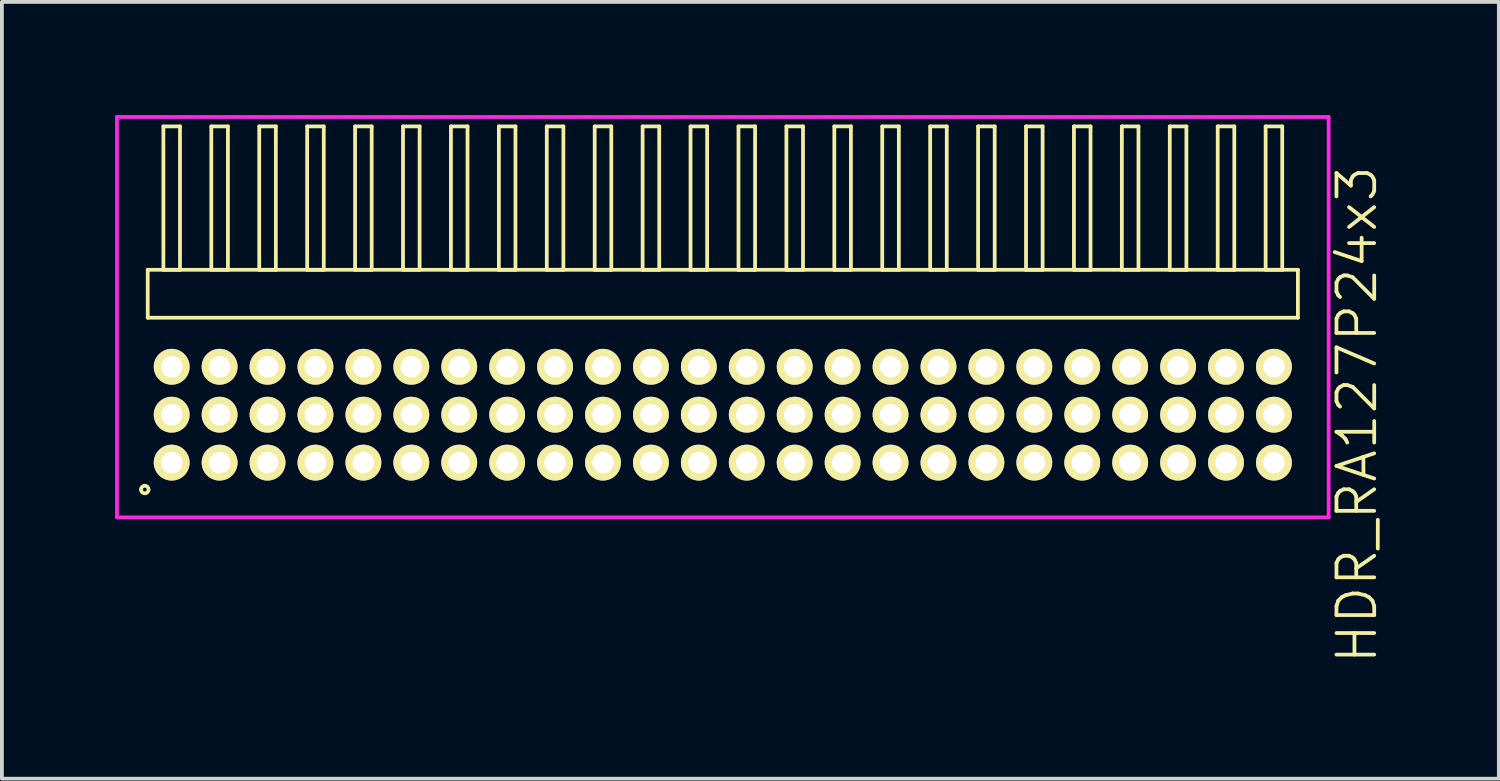
<source format=kicad_pcb>
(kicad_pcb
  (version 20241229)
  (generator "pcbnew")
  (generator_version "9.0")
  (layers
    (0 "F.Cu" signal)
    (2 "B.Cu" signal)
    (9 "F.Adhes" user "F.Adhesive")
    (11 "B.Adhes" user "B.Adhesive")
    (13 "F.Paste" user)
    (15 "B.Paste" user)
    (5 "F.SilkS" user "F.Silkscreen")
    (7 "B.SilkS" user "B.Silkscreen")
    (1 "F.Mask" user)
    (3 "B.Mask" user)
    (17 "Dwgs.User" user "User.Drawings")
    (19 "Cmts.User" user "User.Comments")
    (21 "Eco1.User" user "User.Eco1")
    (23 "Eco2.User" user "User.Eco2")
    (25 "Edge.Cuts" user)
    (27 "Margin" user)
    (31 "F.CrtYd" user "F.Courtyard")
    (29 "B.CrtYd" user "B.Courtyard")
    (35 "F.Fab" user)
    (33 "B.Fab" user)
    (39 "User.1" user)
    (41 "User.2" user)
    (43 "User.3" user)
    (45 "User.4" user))
  (footprint "HDR_RA127P24x3"
    (layer "F.Cu")
    (at 16.105 7.94)
    (property "Reference" "HDR_RA127P24x3" (at 16.805 0 90) (layer "F.SilkS") (effects (font (size 1 1) (thickness 0.1))))
    (attr through_hole)
    (fp_line (start -15.24 -3.84) (end -15.24 -2.57) (stroke (width 0.1) (type solid)) (layer "F.SilkS"))
    (fp_line (start -15.24 -2.57) (end 15.24 -2.57) (stroke (width 0.1) (type solid)) (layer "F.SilkS"))
    (fp_line (start -14.825 -7.64) (end -14.825 -3.84) (stroke (width 0.1) (type solid)) (layer "F.SilkS"))
    (fp_line (start -14.825 -3.84) (end -14.385 -3.84) (stroke (width 0.1) (type solid)) (layer "F.SilkS"))
    (fp_line (start -14.385 -7.64) (end -14.825 -7.64) (stroke (width 0.1) (type solid)) (layer "F.SilkS"))
    (fp_line (start -14.385 -3.84) (end -14.385 -7.64) (stroke (width 0.1) (type solid)) (layer "F.SilkS"))
    (fp_line (start -13.555 -7.64) (end -13.555 -3.84) (stroke (width 0.1) (type solid)) (layer "F.SilkS"))
    (fp_line (start -13.555 -3.84) (end -13.115 -3.84) (stroke (width 0.1) (type solid)) (layer "F.SilkS"))
    (fp_line (start -13.115 -7.64) (end -13.555 -7.64) (stroke (width 0.1) (type solid)) (layer "F.SilkS"))
    (fp_line (start -13.115 -3.84) (end -13.115 -7.64) (stroke (width 0.1) (type solid)) (layer "F.SilkS"))
    (fp_line (start -12.285 -7.64) (end -12.285 -3.84) (stroke (width 0.1) (type solid)) (layer "F.SilkS"))
    (fp_line (start -12.285 -3.84) (end -11.845 -3.84) (stroke (width 0.1) (type solid)) (layer "F.SilkS"))
    (fp_line (start -11.845 -7.64) (end -12.285 -7.64) (stroke (width 0.1) (type solid)) (layer "F.SilkS"))
    (fp_line (start -11.845 -3.84) (end -11.845 -7.64) (stroke (width 0.1) (type solid)) (layer "F.SilkS"))
    (fp_line (start -11.015 -7.64) (end -11.015 -3.84) (stroke (width 0.1) (type solid)) (layer "F.SilkS"))
    (fp_line (start -11.015 -3.84) (end -10.575 -3.84) (stroke (width 0.1) (type solid)) (layer "F.SilkS"))
    (fp_line (start -10.575 -7.64) (end -11.015 -7.64) (stroke (width 0.1) (type solid)) (layer "F.SilkS"))
    (fp_line (start -10.575 -3.84) (end -10.575 -7.64) (stroke (width 0.1) (type solid)) (layer "F.SilkS"))
    (fp_line (start -9.745 -7.64) (end -9.745 -3.84) (stroke (width 0.1) (type solid)) (layer "F.SilkS"))
    (fp_line (start -9.745 -3.84) (end -9.305 -3.84) (stroke (width 0.1) (type solid)) (layer "F.SilkS"))
    (fp_line (start -9.305 -7.64) (end -9.745 -7.64) (stroke (width 0.1) (type solid)) (layer "F.SilkS"))
    (fp_line (start -9.305 -3.84) (end -9.305 -7.64) (stroke (width 0.1) (type solid)) (layer "F.SilkS"))
    (fp_line (start -8.475 -7.64) (end -8.475 -3.84) (stroke (width 0.1) (type solid)) (layer "F.SilkS"))
    (fp_line (start -8.475 -3.84) (end -8.035 -3.84) (stroke (width 0.1) (type solid)) (layer "F.SilkS"))
    (fp_line (start -8.035 -7.64) (end -8.475 -7.64) (stroke (width 0.1) (type solid)) (layer "F.SilkS"))
    (fp_line (start -8.035 -3.84) (end -8.035 -7.64) (stroke (width 0.1) (type solid)) (layer "F.SilkS"))
    (fp_line (start -7.205 -7.64) (end -7.205 -3.84) (stroke (width 0.1) (type solid)) (layer "F.SilkS"))
    (fp_line (start -7.205 -3.84) (end -6.765 -3.84) (stroke (width 0.1) (type solid)) (layer "F.SilkS"))
    (fp_line (start -6.765 -7.64) (end -7.205 -7.64) (stroke (width 0.1) (type solid)) (layer "F.SilkS"))
    (fp_line (start -6.765 -3.84) (end -6.765 -7.64) (stroke (width 0.1) (type solid)) (layer "F.SilkS"))
    (fp_line (start -5.935 -7.64) (end -5.935 -3.84) (stroke (width 0.1) (type solid)) (layer "F.SilkS"))
    (fp_line (start -5.935 -3.84) (end -5.495 -3.84) (stroke (width 0.1) (type solid)) (layer "F.SilkS"))
    (fp_line (start -5.495 -7.64) (end -5.935 -7.64) (stroke (width 0.1) (type solid)) (layer "F.SilkS"))
    (fp_line (start -5.495 -3.84) (end -5.495 -7.64) (stroke (width 0.1) (type solid)) (layer "F.SilkS"))
    (fp_line (start -4.665 -7.64) (end -4.665 -3.84) (stroke (width 0.1) (type solid)) (layer "F.SilkS"))
    (fp_line (start -4.665 -3.84) (end -4.225 -3.84) (stroke (width 0.1) (type solid)) (layer "F.SilkS"))
    (fp_line (start -4.225 -7.64) (end -4.665 -7.64) (stroke (width 0.1) (type solid)) (layer "F.SilkS"))
    (fp_line (start -4.225 -3.84) (end -4.225 -7.64) (stroke (width 0.1) (type solid)) (layer "F.SilkS"))
    (fp_line (start -3.395 -7.64) (end -3.395 -3.84) (stroke (width 0.1) (type solid)) (layer "F.SilkS"))
    (fp_line (start -3.395 -3.84) (end -2.955 -3.84) (stroke (width 0.1) (type solid)) (layer "F.SilkS"))
    (fp_line (start -2.955 -7.64) (end -3.395 -7.64) (stroke (width 0.1) (type solid)) (layer "F.SilkS"))
    (fp_line (start -2.955 -3.84) (end -2.955 -7.64) (stroke (width 0.1) (type solid)) (layer "F.SilkS"))
    (fp_line (start -2.125 -7.64) (end -2.125 -3.84) (stroke (width 0.1) (type solid)) (layer "F.SilkS"))
    (fp_line (start -2.125 -3.84) (end -1.685 -3.84) (stroke (width 0.1) (type solid)) (layer "F.SilkS"))
    (fp_line (start -1.685 -7.64) (end -2.125 -7.64) (stroke (width 0.1) (type solid)) (layer "F.SilkS"))
    (fp_line (start -1.685 -3.84) (end -1.685 -7.64) (stroke (width 0.1) (type solid)) (layer "F.SilkS"))
    (fp_line (start -0.855 -7.64) (end -0.855 -3.84) (stroke (width 0.1) (type solid)) (layer "F.SilkS"))
    (fp_line (start -0.855 -3.84) (end -0.415 -3.84) (stroke (width 0.1) (type solid)) (layer "F.SilkS"))
    (fp_line (start -0.415 -7.64) (end -0.855 -7.64) (stroke (width 0.1) (type solid)) (layer "F.SilkS"))
    (fp_line (start -0.415 -3.84) (end -0.415 -7.64) (stroke (width 0.1) (type solid)) (layer "F.SilkS"))
    (fp_line (start 0.415 -7.64) (end 0.415 -3.84) (stroke (width 0.1) (type solid)) (layer "F.SilkS"))
    (fp_line (start 0.415 -3.84) (end 0.855 -3.84) (stroke (width 0.1) (type solid)) (layer "F.SilkS"))
    (fp_line (start 0.855 -7.64) (end 0.415 -7.64) (stroke (width 0.1) (type solid)) (layer "F.SilkS"))
    (fp_line (start 0.855 -3.84) (end 0.855 -7.64) (stroke (width 0.1) (type solid)) (layer "F.SilkS"))
    (fp_line (start 1.685 -7.64) (end 1.685 -3.84) (stroke (width 0.1) (type solid)) (layer "F.SilkS"))
    (fp_line (start 1.685 -3.84) (end 2.125 -3.84) (stroke (width 0.1) (type solid)) (layer "F.SilkS"))
    (fp_line (start 2.125 -7.64) (end 1.685 -7.64) (stroke (width 0.1) (type solid)) (layer "F.SilkS"))
    (fp_line (start 2.125 -3.84) (end 2.125 -7.64) (stroke (width 0.1) (type solid)) (layer "F.SilkS"))
    (fp_line (start 2.955 -7.64) (end 2.955 -3.84) (stroke (width 0.1) (type solid)) (layer "F.SilkS"))
    (fp_line (start 2.955 -3.84) (end 3.395 -3.84) (stroke (width 0.1) (type solid)) (layer "F.SilkS"))
    (fp_line (start 3.395 -7.64) (end 2.955 -7.64) (stroke (width 0.1) (type solid)) (layer "F.SilkS"))
    (fp_line (start 3.395 -3.84) (end 3.395 -7.64) (stroke (width 0.1) (type solid)) (layer "F.SilkS"))
    (fp_line (start 4.225 -7.64) (end 4.225 -3.84) (stroke (width 0.1) (type solid)) (layer "F.SilkS"))
    (fp_line (start 4.225 -3.84) (end 4.665 -3.84) (stroke (width 0.1) (type solid)) (layer "F.SilkS"))
    (fp_line (start 4.665 -7.64) (end 4.225 -7.64) (stroke (width 0.1) (type solid)) (layer "F.SilkS"))
    (fp_line (start 4.665 -3.84) (end 4.665 -7.64) (stroke (width 0.1) (type solid)) (layer "F.SilkS"))
    (fp_line (start 5.495 -7.64) (end 5.495 -3.84) (stroke (width 0.1) (type solid)) (layer "F.SilkS"))
    (fp_line (start 5.495 -3.84) (end 5.935 -3.84) (stroke (width 0.1) (type solid)) (layer "F.SilkS"))
    (fp_line (start 5.935 -7.64) (end 5.495 -7.64) (stroke (width 0.1) (type solid)) (layer "F.SilkS"))
    (fp_line (start 5.935 -3.84) (end 5.935 -7.64) (stroke (width 0.1) (type solid)) (layer "F.SilkS"))
    (fp_line (start 6.765 -7.64) (end 6.765 -3.84) (stroke (width 0.1) (type solid)) (layer "F.SilkS"))
    (fp_line (start 6.765 -3.84) (end 7.205 -3.84) (stroke (width 0.1) (type solid)) (layer "F.SilkS"))
    (fp_line (start 7.205 -7.64) (end 6.765 -7.64) (stroke (width 0.1) (type solid)) (layer "F.SilkS"))
    (fp_line (start 7.205 -3.84) (end 7.205 -7.64) (stroke (width 0.1) (type solid)) (layer "F.SilkS"))
    (fp_line (start 8.035 -7.64) (end 8.035 -3.84) (stroke (width 0.1) (type solid)) (layer "F.SilkS"))
    (fp_line (start 8.035 -3.84) (end 8.475 -3.84) (stroke (width 0.1) (type solid)) (layer "F.SilkS"))
    (fp_line (start 8.475 -7.64) (end 8.035 -7.64) (stroke (width 0.1) (type solid)) (layer "F.SilkS"))
    (fp_line (start 8.475 -3.84) (end 8.475 -7.64) (stroke (width 0.1) (type solid)) (layer "F.SilkS"))
    (fp_line (start 9.305 -7.64) (end 9.305 -3.84) (stroke (width 0.1) (type solid)) (layer "F.SilkS"))
    (fp_line (start 9.305 -3.84) (end 9.745 -3.84) (stroke (width 0.1) (type solid)) (layer "F.SilkS"))
    (fp_line (start 9.745 -7.64) (end 9.305 -7.64) (stroke (width 0.1) (type solid)) (layer "F.SilkS"))
    (fp_line (start 9.745 -3.84) (end 9.745 -7.64) (stroke (width 0.1) (type solid)) (layer "F.SilkS"))
    (fp_line (start 10.575 -7.64) (end 10.575 -3.84) (stroke (width 0.1) (type solid)) (layer "F.SilkS"))
    (fp_line (start 10.575 -3.84) (end 11.015 -3.84) (stroke (width 0.1) (type solid)) (layer "F.SilkS"))
    (fp_line (start 11.015 -7.64) (end 10.575 -7.64) (stroke (width 0.1) (type solid)) (layer "F.SilkS"))
    (fp_line (start 11.015 -3.84) (end 11.015 -7.64) (stroke (width 0.1) (type solid)) (layer "F.SilkS"))
    (fp_line (start 11.845 -7.64) (end 11.845 -3.84) (stroke (width 0.1) (type solid)) (layer "F.SilkS"))
    (fp_line (start 11.845 -3.84) (end 12.285 -3.84) (stroke (width 0.1) (type solid)) (layer "F.SilkS"))
    (fp_line (start 12.285 -7.64) (end 11.845 -7.64) (stroke (width 0.1) (type solid)) (layer "F.SilkS"))
    (fp_line (start 12.285 -3.84) (end 12.285 -7.64) (stroke (width 0.1) (type solid)) (layer "F.SilkS"))
    (fp_line (start 13.115 -7.64) (end 13.115 -3.84) (stroke (width 0.1) (type solid)) (layer "F.SilkS"))
    (fp_line (start 13.115 -3.84) (end 13.555 -3.84) (stroke (width 0.1) (type solid)) (layer "F.SilkS"))
    (fp_line (start 13.555 -7.64) (end 13.115 -7.64) (stroke (width 0.1) (type solid)) (layer "F.SilkS"))
    (fp_line (start 13.555 -3.84) (end 13.555 -7.64) (stroke (width 0.1) (type solid)) (layer "F.SilkS"))
    (fp_line (start 14.385 -7.64) (end 14.385 -3.84) (stroke (width 0.1) (type solid)) (layer "F.SilkS"))
    (fp_line (start 14.385 -3.84) (end 14.825 -3.84) (stroke (width 0.1) (type solid)) (layer "F.SilkS"))
    (fp_line (start 14.825 -7.64) (end 14.385 -7.64) (stroke (width 0.1) (type solid)) (layer "F.SilkS"))
    (fp_line (start 14.825 -3.84) (end 14.825 -7.64) (stroke (width 0.1) (type solid)) (layer "F.SilkS"))
    (fp_line (start 15.24 -3.84) (end -15.24 -3.84) (stroke (width 0.1) (type solid)) (layer "F.SilkS"))
    (fp_line (start 15.24 -2.57) (end 15.24 -3.84) (stroke (width 0.1) (type solid)) (layer "F.SilkS"))
    (fp_circle (center -15.318 1.983) (end -15.218 1.983) (stroke (width 0.1) (type solid)) (fill no) (layer "F.SilkS"))
    (fp_line (start -16.055 -7.89) (end -16.055 2.72) (stroke (width 0.1) (type solid)) (layer "F.CrtYd"))
    (fp_line (start -16.055 2.72) (end 16.055 2.72) (stroke (width 0.1) (type solid)) (layer "F.CrtYd"))
    (fp_line (start 16.055 -7.89) (end -16.055 -7.89) (stroke (width 0.1) (type solid)) (layer "F.CrtYd"))
    (fp_line (start 16.055 2.72) (end 16.055 -7.89) (stroke (width 0.1) (type solid)) (layer "F.CrtYd"))
    (pad "1" thru_hole oval (at -14.605 1.27) (size 0.95 0.95) (drill 0.57) (layers "*.Cu" "*.Mask" "F.SilkS"))
    (pad "2" thru_hole oval (at -14.605 0) (size 0.95 0.95) (drill 0.57) (layers "*.Cu" "*.Mask" "F.SilkS"))
    (pad "3" thru_hole oval (at -14.605 -1.27) (size 0.95 0.95) (drill 0.57) (layers "*.Cu" "*.Mask" "F.SilkS"))
    (pad "4" thru_hole oval (at -13.335 1.27) (size 0.95 0.95) (drill 0.57) (layers "*.Cu" "*.Mask" "F.SilkS"))
    (pad "5" thru_hole oval (at -13.335 0) (size 0.95 0.95) (drill 0.57) (layers "*.Cu" "*.Mask" "F.SilkS"))
    (pad "6" thru_hole oval (at -13.335 -1.27) (size 0.95 0.95) (drill 0.57) (layers "*.Cu" "*.Mask" "F.SilkS"))
    (pad "7" thru_hole oval (at -12.065 1.27) (size 0.95 0.95) (drill 0.57) (layers "*.Cu" "*.Mask" "F.SilkS"))
    (pad "8" thru_hole oval (at -12.065 0) (size 0.95 0.95) (drill 0.57) (layers "*.Cu" "*.Mask" "F.SilkS"))
    (pad "9" thru_hole oval (at -12.065 -1.27) (size 0.95 0.95) (drill 0.57) (layers "*.Cu" "*.Mask" "F.SilkS"))
    (pad "10" thru_hole oval (at -10.795 1.27) (size 0.95 0.95) (drill 0.57) (layers "*.Cu" "*.Mask" "F.SilkS"))
    (pad "11" thru_hole oval (at -10.795 0) (size 0.95 0.95) (drill 0.57) (layers "*.Cu" "*.Mask" "F.SilkS"))
    (pad "12" thru_hole oval (at -10.795 -1.27) (size 0.95 0.95) (drill 0.57) (layers "*.Cu" "*.Mask" "F.SilkS"))
    (pad "13" thru_hole oval (at -9.525 1.27) (size 0.95 0.95) (drill 0.57) (layers "*.Cu" "*.Mask" "F.SilkS"))
    (pad "14" thru_hole oval (at -9.525 0) (size 0.95 0.95) (drill 0.57) (layers "*.Cu" "*.Mask" "F.SilkS"))
    (pad "15" thru_hole oval (at -9.525 -1.27) (size 0.95 0.95) (drill 0.57) (layers "*.Cu" "*.Mask" "F.SilkS"))
    (pad "16" thru_hole oval (at -8.255 1.27) (size 0.95 0.95) (drill 0.57) (layers "*.Cu" "*.Mask" "F.SilkS"))
    (pad "17" thru_hole oval (at -8.255 0) (size 0.95 0.95) (drill 0.57) (layers "*.Cu" "*.Mask" "F.SilkS"))
    (pad "18" thru_hole oval (at -8.255 -1.27) (size 0.95 0.95) (drill 0.57) (layers "*.Cu" "*.Mask" "F.SilkS"))
    (pad "19" thru_hole oval (at -6.985 1.27) (size 0.95 0.95) (drill 0.57) (layers "*.Cu" "*.Mask" "F.SilkS"))
    (pad "20" thru_hole oval (at -6.985 0) (size 0.95 0.95) (drill 0.57) (layers "*.Cu" "*.Mask" "F.SilkS"))
    (pad "21" thru_hole oval (at -6.985 -1.27) (size 0.95 0.95) (drill 0.57) (layers "*.Cu" "*.Mask" "F.SilkS"))
    (pad "22" thru_hole oval (at -5.715 1.27) (size 0.95 0.95) (drill 0.57) (layers "*.Cu" "*.Mask" "F.SilkS"))
    (pad "23" thru_hole oval (at -5.715 0) (size 0.95 0.95) (drill 0.57) (layers "*.Cu" "*.Mask" "F.SilkS"))
    (pad "24" thru_hole oval (at -5.715 -1.27) (size 0.95 0.95) (drill 0.57) (layers "*.Cu" "*.Mask" "F.SilkS"))
    (pad "25" thru_hole oval (at -4.445 1.27) (size 0.95 0.95) (drill 0.57) (layers "*.Cu" "*.Mask" "F.SilkS"))
    (pad "26" thru_hole oval (at -4.445 0) (size 0.95 0.95) (drill 0.57) (layers "*.Cu" "*.Mask" "F.SilkS"))
    (pad "27" thru_hole oval (at -4.445 -1.27) (size 0.95 0.95) (drill 0.57) (layers "*.Cu" "*.Mask" "F.SilkS"))
    (pad "28" thru_hole oval (at -3.175 1.27) (size 0.95 0.95) (drill 0.57) (layers "*.Cu" "*.Mask" "F.SilkS"))
    (pad "29" thru_hole oval (at -3.175 0) (size 0.95 0.95) (drill 0.57) (layers "*.Cu" "*.Mask" "F.SilkS"))
    (pad "30" thru_hole oval (at -3.175 -1.27) (size 0.95 0.95) (drill 0.57) (layers "*.Cu" "*.Mask" "F.SilkS"))
    (pad "31" thru_hole oval (at -1.905 1.27) (size 0.95 0.95) (drill 0.57) (layers "*.Cu" "*.Mask" "F.SilkS"))
    (pad "32" thru_hole oval (at -1.905 0) (size 0.95 0.95) (drill 0.57) (layers "*.Cu" "*.Mask" "F.SilkS"))
    (pad "33" thru_hole oval (at -1.905 -1.27) (size 0.95 0.95) (drill 0.57) (layers "*.Cu" "*.Mask" "F.SilkS"))
    (pad "34" thru_hole oval (at -0.635 1.27) (size 0.95 0.95) (drill 0.57) (layers "*.Cu" "*.Mask" "F.SilkS"))
    (pad "35" thru_hole oval (at -0.635 0) (size 0.95 0.95) (drill 0.57) (layers "*.Cu" "*.Mask" "F.SilkS"))
    (pad "36" thru_hole oval (at -0.635 -1.27) (size 0.95 0.95) (drill 0.57) (layers "*.Cu" "*.Mask" "F.SilkS"))
    (pad "37" thru_hole oval (at 0.635 1.27) (size 0.95 0.95) (drill 0.57) (layers "*.Cu" "*.Mask" "F.SilkS"))
    (pad "38" thru_hole oval (at 0.635 0) (size 0.95 0.95) (drill 0.57) (layers "*.Cu" "*.Mask" "F.SilkS"))
    (pad "39" thru_hole oval (at 0.635 -1.27) (size 0.95 0.95) (drill 0.57) (layers "*.Cu" "*.Mask" "F.SilkS"))
    (pad "40" thru_hole oval (at 1.905 1.27) (size 0.95 0.95) (drill 0.57) (layers "*.Cu" "*.Mask" "F.SilkS"))
    (pad "41" thru_hole oval (at 1.905 0) (size 0.95 0.95) (drill 0.57) (layers "*.Cu" "*.Mask" "F.SilkS"))
    (pad "42" thru_hole oval (at 1.905 -1.27) (size 0.95 0.95) (drill 0.57) (layers "*.Cu" "*.Mask" "F.SilkS"))
    (pad "43" thru_hole oval (at 3.175 1.27) (size 0.95 0.95) (drill 0.57) (layers "*.Cu" "*.Mask" "F.SilkS"))
    (pad "44" thru_hole oval (at 3.175 0) (size 0.95 0.95) (drill 0.57) (layers "*.Cu" "*.Mask" "F.SilkS"))
    (pad "45" thru_hole oval (at 3.175 -1.27) (size 0.95 0.95) (drill 0.57) (layers "*.Cu" "*.Mask" "F.SilkS"))
    (pad "46" thru_hole oval (at 4.445 1.27) (size 0.95 0.95) (drill 0.57) (layers "*.Cu" "*.Mask" "F.SilkS"))
    (pad "47" thru_hole oval (at 4.445 0) (size 0.95 0.95) (drill 0.57) (layers "*.Cu" "*.Mask" "F.SilkS"))
    (pad "48" thru_hole oval (at 4.445 -1.27) (size 0.95 0.95) (drill 0.57) (layers "*.Cu" "*.Mask" "F.SilkS"))
    (pad "49" thru_hole oval (at 5.715 1.27) (size 0.95 0.95) (drill 0.57) (layers "*.Cu" "*.Mask" "F.SilkS"))
    (pad "50" thru_hole oval (at 5.715 0) (size 0.95 0.95) (drill 0.57) (layers "*.Cu" "*.Mask" "F.SilkS"))
    (pad "51" thru_hole oval (at 5.715 -1.27) (size 0.95 0.95) (drill 0.57) (layers "*.Cu" "*.Mask" "F.SilkS"))
    (pad "52" thru_hole oval (at 6.985 1.27) (size 0.95 0.95) (drill 0.57) (layers "*.Cu" "*.Mask" "F.SilkS"))
    (pad "53" thru_hole oval (at 6.985 0) (size 0.95 0.95) (drill 0.57) (layers "*.Cu" "*.Mask" "F.SilkS"))
    (pad "54" thru_hole oval (at 6.985 -1.27) (size 0.95 0.95) (drill 0.57) (layers "*.Cu" "*.Mask" "F.SilkS"))
    (pad "55" thru_hole oval (at 8.255 1.27) (size 0.95 0.95) (drill 0.57) (layers "*.Cu" "*.Mask" "F.SilkS"))
    (pad "56" thru_hole oval (at 8.255 0) (size 0.95 0.95) (drill 0.57) (layers "*.Cu" "*.Mask" "F.SilkS"))
    (pad "57" thru_hole oval (at 8.255 -1.27) (size 0.95 0.95) (drill 0.57) (layers "*.Cu" "*.Mask" "F.SilkS"))
    (pad "58" thru_hole oval (at 9.525 1.27) (size 0.95 0.95) (drill 0.57) (layers "*.Cu" "*.Mask" "F.SilkS"))
    (pad "59" thru_hole oval (at 9.525 0) (size 0.95 0.95) (drill 0.57) (layers "*.Cu" "*.Mask" "F.SilkS"))
    (pad "60" thru_hole oval (at 9.525 -1.27) (size 0.95 0.95) (drill 0.57) (layers "*.Cu" "*.Mask" "F.SilkS"))
    (pad "61" thru_hole oval (at 10.795 1.27) (size 0.95 0.95) (drill 0.57) (layers "*.Cu" "*.Mask" "F.SilkS"))
    (pad "62" thru_hole oval (at 10.795 0) (size 0.95 0.95) (drill 0.57) (layers "*.Cu" "*.Mask" "F.SilkS"))
    (pad "63" thru_hole oval (at 10.795 -1.27) (size 0.95 0.95) (drill 0.57) (layers "*.Cu" "*.Mask" "F.SilkS"))
    (pad "64" thru_hole oval (at 12.065 1.27) (size 0.95 0.95) (drill 0.57) (layers "*.Cu" "*.Mask" "F.SilkS"))
    (pad "65" thru_hole oval (at 12.065 0) (size 0.95 0.95) (drill 0.57) (layers "*.Cu" "*.Mask" "F.SilkS"))
    (pad "66" thru_hole oval (at 12.065 -1.27) (size 0.95 0.95) (drill 0.57) (layers "*.Cu" "*.Mask" "F.SilkS"))
    (pad "67" thru_hole oval (at 13.335 1.27) (size 0.95 0.95) (drill 0.57) (layers "*.Cu" "*.Mask" "F.SilkS"))
    (pad "68" thru_hole oval (at 13.335 0) (size 0.95 0.95) (drill 0.57) (layers "*.Cu" "*.Mask" "F.SilkS"))
    (pad "69" thru_hole oval (at 13.335 -1.27) (size 0.95 0.95) (drill 0.57) (layers "*.Cu" "*.Mask" "F.SilkS"))
    (pad "70" thru_hole oval (at 14.605 1.27) (size 0.95 0.95) (drill 0.57) (layers "*.Cu" "*.Mask" "F.SilkS"))
    (pad "71" thru_hole oval (at 14.605 0) (size 0.95 0.95) (drill 0.57) (layers "*.Cu" "*.Mask" "F.SilkS"))
    (pad "72" thru_hole oval (at 14.605 -1.27) (size 0.95 0.95) (drill 0.57) (layers "*.Cu" "*.Mask" "F.SilkS")))
  (gr_rect
    (start -3 -3)
    (end 36.67 17.585)
    (stroke (width 0.1) (type default))
    (fill no)
    (layer "Edge.Cuts")))
</source>
